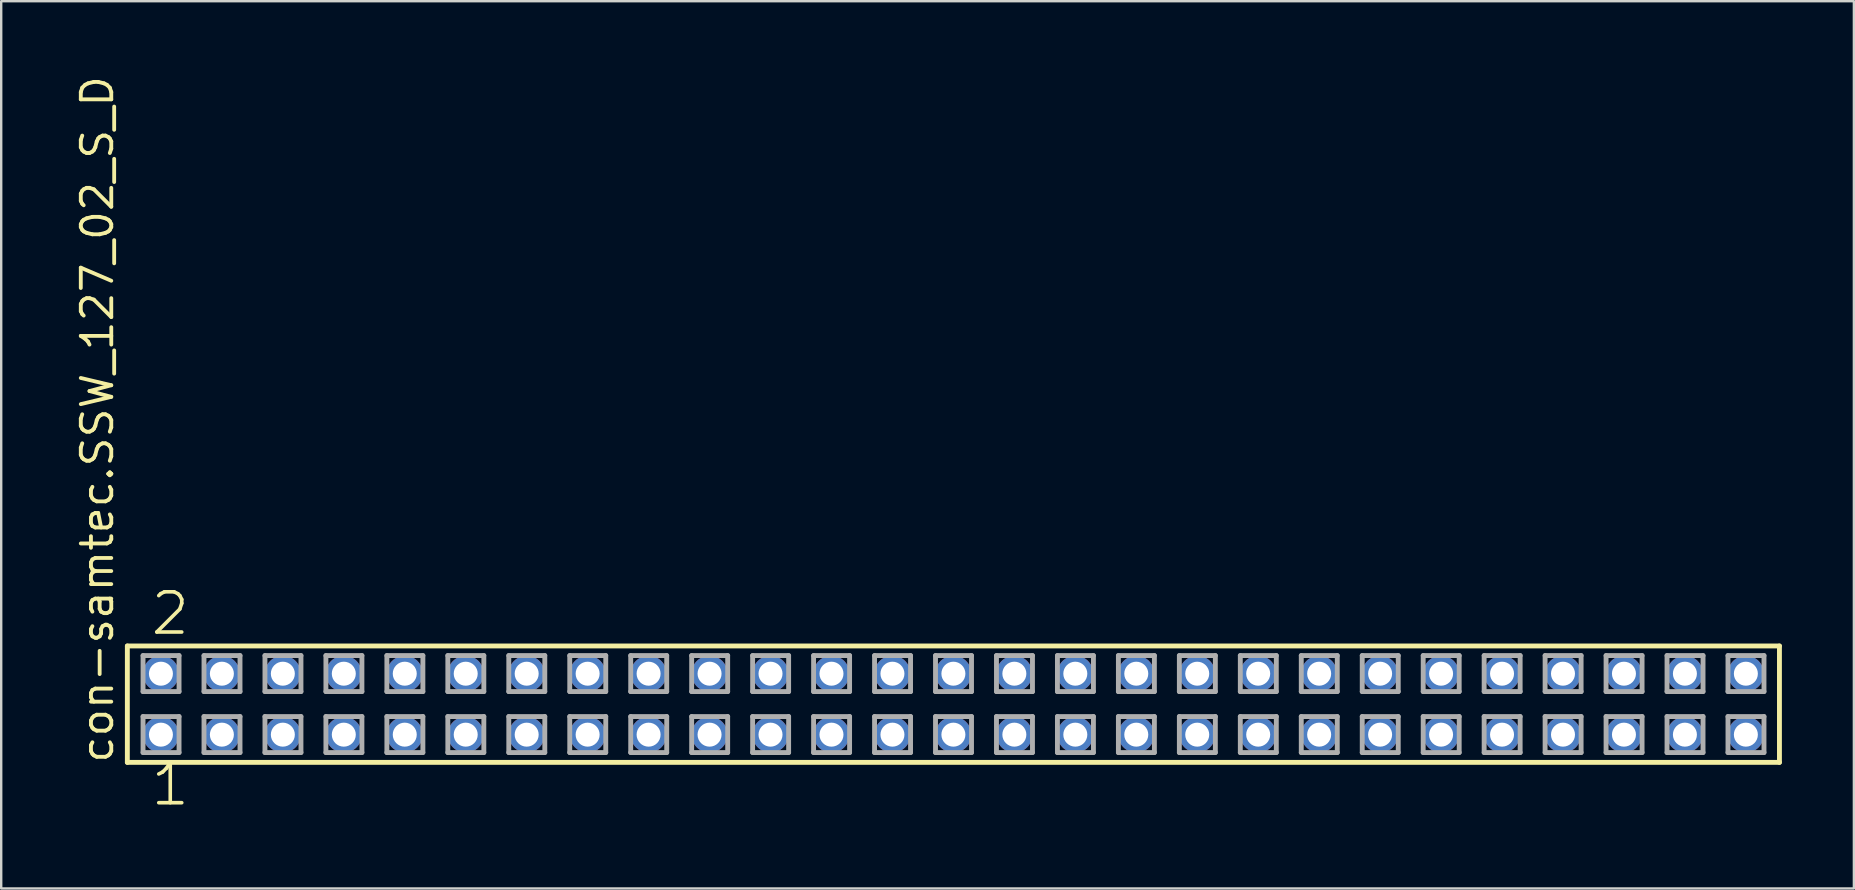
<source format=kicad_pcb>
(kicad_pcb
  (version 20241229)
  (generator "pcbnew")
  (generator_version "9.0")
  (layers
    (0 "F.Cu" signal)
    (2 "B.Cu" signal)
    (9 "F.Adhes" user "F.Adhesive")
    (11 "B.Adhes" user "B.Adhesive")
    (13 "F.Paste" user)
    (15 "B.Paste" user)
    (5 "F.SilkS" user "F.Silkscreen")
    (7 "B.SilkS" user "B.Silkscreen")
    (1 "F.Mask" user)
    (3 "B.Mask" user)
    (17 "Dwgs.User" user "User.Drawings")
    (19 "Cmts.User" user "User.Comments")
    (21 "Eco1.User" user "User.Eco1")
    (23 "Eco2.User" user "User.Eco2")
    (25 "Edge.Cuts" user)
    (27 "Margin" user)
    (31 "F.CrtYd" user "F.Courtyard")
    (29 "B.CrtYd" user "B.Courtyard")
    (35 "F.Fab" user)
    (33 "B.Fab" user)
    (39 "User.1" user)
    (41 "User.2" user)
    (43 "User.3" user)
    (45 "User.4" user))
  (footprint "con-samtec.SSW_127_02_S_D"
    (layer "F.Cu")
    (at 36.675 26.291)
    (property "Reference" "con-samtec.SSW_127_02_S_D" (at -34.925 2.54 90) (layer "F.SilkS") (effects (font (size 1.27 1.27) (thickness 0.16)) (justify left bottom)))
    (attr through_hole)
    (fp_line (start -34.419 -2.425) (end 34.419 -2.425) (stroke (width 0.203) (type default)) (layer "F.SilkS"))
    (fp_line (start -34.419 2.425) (end -34.419 -2.425) (stroke (width 0.203) (type default)) (layer "F.SilkS"))
    (fp_line (start 34.419 -2.425) (end 34.419 2.425) (stroke (width 0.203) (type default)) (layer "F.SilkS"))
    (fp_line (start 34.419 2.425) (end -34.419 2.425) (stroke (width 0.203) (type default)) (layer "F.SilkS"))
    (fp_line (start -33.765 -2.025) (end -32.265 -2.025) (stroke (width 0.203) (type default)) (layer "F.Fab"))
    (fp_line (start -33.765 -0.525) (end -33.765 -2.025) (stroke (width 0.203) (type default)) (layer "F.Fab"))
    (fp_line (start -33.765 0.515) (end -32.265 0.515) (stroke (width 0.203) (type default)) (layer "F.Fab"))
    (fp_line (start -33.765 2.015) (end -33.765 0.515) (stroke (width 0.203) (type default)) (layer "F.Fab"))
    (fp_line (start -32.265 -2.025) (end -32.265 -0.525) (stroke (width 0.203) (type default)) (layer "F.Fab"))
    (fp_line (start -32.265 -0.525) (end -33.765 -0.525) (stroke (width 0.203) (type default)) (layer "F.Fab"))
    (fp_line (start -32.265 0.515) (end -32.265 2.015) (stroke (width 0.203) (type default)) (layer "F.Fab"))
    (fp_line (start -32.265 2.015) (end -33.765 2.015) (stroke (width 0.203) (type default)) (layer "F.Fab"))
    (fp_line (start -31.225 -2.025) (end -29.725 -2.025) (stroke (width 0.203) (type default)) (layer "F.Fab"))
    (fp_line (start -31.225 -0.525) (end -31.225 -2.025) (stroke (width 0.203) (type default)) (layer "F.Fab"))
    (fp_line (start -31.225 0.515) (end -29.725 0.515) (stroke (width 0.203) (type default)) (layer "F.Fab"))
    (fp_line (start -31.225 2.015) (end -31.225 0.515) (stroke (width 0.203) (type default)) (layer "F.Fab"))
    (fp_line (start -29.725 -2.025) (end -29.725 -0.525) (stroke (width 0.203) (type default)) (layer "F.Fab"))
    (fp_line (start -29.725 -0.525) (end -31.225 -0.525) (stroke (width 0.203) (type default)) (layer "F.Fab"))
    (fp_line (start -29.725 0.515) (end -29.725 2.015) (stroke (width 0.203) (type default)) (layer "F.Fab"))
    (fp_line (start -29.725 2.015) (end -31.225 2.015) (stroke (width 0.203) (type default)) (layer "F.Fab"))
    (fp_line (start -28.685 -2.025) (end -27.185 -2.025) (stroke (width 0.203) (type default)) (layer "F.Fab"))
    (fp_line (start -28.685 -0.525) (end -28.685 -2.025) (stroke (width 0.203) (type default)) (layer "F.Fab"))
    (fp_line (start -28.685 0.515) (end -27.185 0.515) (stroke (width 0.203) (type default)) (layer "F.Fab"))
    (fp_line (start -28.685 2.015) (end -28.685 0.515) (stroke (width 0.203) (type default)) (layer "F.Fab"))
    (fp_line (start -27.185 -2.025) (end -27.185 -0.525) (stroke (width 0.203) (type default)) (layer "F.Fab"))
    (fp_line (start -27.185 -0.525) (end -28.685 -0.525) (stroke (width 0.203) (type default)) (layer "F.Fab"))
    (fp_line (start -27.185 0.515) (end -27.185 2.015) (stroke (width 0.203) (type default)) (layer "F.Fab"))
    (fp_line (start -27.185 2.015) (end -28.685 2.015) (stroke (width 0.203) (type default)) (layer "F.Fab"))
    (fp_line (start -26.145 -2.025) (end -24.645 -2.025) (stroke (width 0.203) (type default)) (layer "F.Fab"))
    (fp_line (start -26.145 -0.525) (end -26.145 -2.025) (stroke (width 0.203) (type default)) (layer "F.Fab"))
    (fp_line (start -26.145 0.515) (end -24.645 0.515) (stroke (width 0.203) (type default)) (layer "F.Fab"))
    (fp_line (start -26.145 2.015) (end -26.145 0.515) (stroke (width 0.203) (type default)) (layer "F.Fab"))
    (fp_line (start -24.645 -2.025) (end -24.645 -0.525) (stroke (width 0.203) (type default)) (layer "F.Fab"))
    (fp_line (start -24.645 -0.525) (end -26.145 -0.525) (stroke (width 0.203) (type default)) (layer "F.Fab"))
    (fp_line (start -24.645 0.515) (end -24.645 2.015) (stroke (width 0.203) (type default)) (layer "F.Fab"))
    (fp_line (start -24.645 2.015) (end -26.145 2.015) (stroke (width 0.203) (type default)) (layer "F.Fab"))
    (fp_line (start -23.605 -2.025) (end -22.105 -2.025) (stroke (width 0.203) (type default)) (layer "F.Fab"))
    (fp_line (start -23.605 -0.525) (end -23.605 -2.025) (stroke (width 0.203) (type default)) (layer "F.Fab"))
    (fp_line (start -23.605 0.515) (end -22.105 0.515) (stroke (width 0.203) (type default)) (layer "F.Fab"))
    (fp_line (start -23.605 2.015) (end -23.605 0.515) (stroke (width 0.203) (type default)) (layer "F.Fab"))
    (fp_line (start -22.105 -2.025) (end -22.105 -0.525) (stroke (width 0.203) (type default)) (layer "F.Fab"))
    (fp_line (start -22.105 -0.525) (end -23.605 -0.525) (stroke (width 0.203) (type default)) (layer "F.Fab"))
    (fp_line (start -22.105 0.515) (end -22.105 2.015) (stroke (width 0.203) (type default)) (layer "F.Fab"))
    (fp_line (start -22.105 2.015) (end -23.605 2.015) (stroke (width 0.203) (type default)) (layer "F.Fab"))
    (fp_line (start -21.065 -2.025) (end -19.565 -2.025) (stroke (width 0.203) (type default)) (layer "F.Fab"))
    (fp_line (start -21.065 -0.525) (end -21.065 -2.025) (stroke (width 0.203) (type default)) (layer "F.Fab"))
    (fp_line (start -21.065 0.515) (end -19.565 0.515) (stroke (width 0.203) (type default)) (layer "F.Fab"))
    (fp_line (start -21.065 2.015) (end -21.065 0.515) (stroke (width 0.203) (type default)) (layer "F.Fab"))
    (fp_line (start -19.565 -2.025) (end -19.565 -0.525) (stroke (width 0.203) (type default)) (layer "F.Fab"))
    (fp_line (start -19.565 -0.525) (end -21.065 -0.525) (stroke (width 0.203) (type default)) (layer "F.Fab"))
    (fp_line (start -19.565 0.515) (end -19.565 2.015) (stroke (width 0.203) (type default)) (layer "F.Fab"))
    (fp_line (start -19.565 2.015) (end -21.065 2.015) (stroke (width 0.203) (type default)) (layer "F.Fab"))
    (fp_line (start -18.525 -2.025) (end -17.025 -2.025) (stroke (width 0.203) (type default)) (layer "F.Fab"))
    (fp_line (start -18.525 -0.525) (end -18.525 -2.025) (stroke (width 0.203) (type default)) (layer "F.Fab"))
    (fp_line (start -18.525 0.515) (end -17.025 0.515) (stroke (width 0.203) (type default)) (layer "F.Fab"))
    (fp_line (start -18.525 2.015) (end -18.525 0.515) (stroke (width 0.203) (type default)) (layer "F.Fab"))
    (fp_line (start -17.025 -2.025) (end -17.025 -0.525) (stroke (width 0.203) (type default)) (layer "F.Fab"))
    (fp_line (start -17.025 -0.525) (end -18.525 -0.525) (stroke (width 0.203) (type default)) (layer "F.Fab"))
    (fp_line (start -17.025 0.515) (end -17.025 2.015) (stroke (width 0.203) (type default)) (layer "F.Fab"))
    (fp_line (start -17.025 2.015) (end -18.525 2.015) (stroke (width 0.203) (type default)) (layer "F.Fab"))
    (fp_line (start -15.985 -2.025) (end -14.485 -2.025) (stroke (width 0.203) (type default)) (layer "F.Fab"))
    (fp_line (start -15.985 -0.525) (end -15.985 -2.025) (stroke (width 0.203) (type default)) (layer "F.Fab"))
    (fp_line (start -15.985 0.515) (end -14.485 0.515) (stroke (width 0.203) (type default)) (layer "F.Fab"))
    (fp_line (start -15.985 2.015) (end -15.985 0.515) (stroke (width 0.203) (type default)) (layer "F.Fab"))
    (fp_line (start -14.485 -2.025) (end -14.485 -0.525) (stroke (width 0.203) (type default)) (layer "F.Fab"))
    (fp_line (start -14.485 -0.525) (end -15.985 -0.525) (stroke (width 0.203) (type default)) (layer "F.Fab"))
    (fp_line (start -14.485 0.515) (end -14.485 2.015) (stroke (width 0.203) (type default)) (layer "F.Fab"))
    (fp_line (start -14.485 2.015) (end -15.985 2.015) (stroke (width 0.203) (type default)) (layer "F.Fab"))
    (fp_line (start -13.445 -2.025) (end -11.945 -2.025) (stroke (width 0.203) (type default)) (layer "F.Fab"))
    (fp_line (start -13.445 -0.525) (end -13.445 -2.025) (stroke (width 0.203) (type default)) (layer "F.Fab"))
    (fp_line (start -13.445 0.515) (end -11.945 0.515) (stroke (width 0.203) (type default)) (layer "F.Fab"))
    (fp_line (start -13.445 2.015) (end -13.445 0.515) (stroke (width 0.203) (type default)) (layer "F.Fab"))
    (fp_line (start -11.945 -2.025) (end -11.945 -0.525) (stroke (width 0.203) (type default)) (layer "F.Fab"))
    (fp_line (start -11.945 -0.525) (end -13.445 -0.525) (stroke (width 0.203) (type default)) (layer "F.Fab"))
    (fp_line (start -11.945 0.515) (end -11.945 2.015) (stroke (width 0.203) (type default)) (layer "F.Fab"))
    (fp_line (start -11.945 2.015) (end -13.445 2.015) (stroke (width 0.203) (type default)) (layer "F.Fab"))
    (fp_line (start -10.905 -2.025) (end -9.405 -2.025) (stroke (width 0.203) (type default)) (layer "F.Fab"))
    (fp_line (start -10.905 -0.525) (end -10.905 -2.025) (stroke (width 0.203) (type default)) (layer "F.Fab"))
    (fp_line (start -10.905 0.515) (end -9.405 0.515) (stroke (width 0.203) (type default)) (layer "F.Fab"))
    (fp_line (start -10.905 2.015) (end -10.905 0.515) (stroke (width 0.203) (type default)) (layer "F.Fab"))
    (fp_line (start -9.405 -2.025) (end -9.405 -0.525) (stroke (width 0.203) (type default)) (layer "F.Fab"))
    (fp_line (start -9.405 -0.525) (end -10.905 -0.525) (stroke (width 0.203) (type default)) (layer "F.Fab"))
    (fp_line (start -9.405 0.515) (end -9.405 2.015) (stroke (width 0.203) (type default)) (layer "F.Fab"))
    (fp_line (start -9.405 2.015) (end -10.905 2.015) (stroke (width 0.203) (type default)) (layer "F.Fab"))
    (fp_line (start -8.365 -2.025) (end -6.865 -2.025) (stroke (width 0.203) (type default)) (layer "F.Fab"))
    (fp_line (start -8.365 -0.525) (end -8.365 -2.025) (stroke (width 0.203) (type default)) (layer "F.Fab"))
    (fp_line (start -8.365 0.515) (end -6.865 0.515) (stroke (width 0.203) (type default)) (layer "F.Fab"))
    (fp_line (start -8.365 2.015) (end -8.365 0.515) (stroke (width 0.203) (type default)) (layer "F.Fab"))
    (fp_line (start -6.865 -2.025) (end -6.865 -0.525) (stroke (width 0.203) (type default)) (layer "F.Fab"))
    (fp_line (start -6.865 -0.525) (end -8.365 -0.525) (stroke (width 0.203) (type default)) (layer "F.Fab"))
    (fp_line (start -6.865 0.515) (end -6.865 2.015) (stroke (width 0.203) (type default)) (layer "F.Fab"))
    (fp_line (start -6.865 2.015) (end -8.365 2.015) (stroke (width 0.203) (type default)) (layer "F.Fab"))
    (fp_line (start -5.825 -2.025) (end -4.325 -2.025) (stroke (width 0.203) (type default)) (layer "F.Fab"))
    (fp_line (start -5.825 -0.525) (end -5.825 -2.025) (stroke (width 0.203) (type default)) (layer "F.Fab"))
    (fp_line (start -5.825 0.515) (end -4.325 0.515) (stroke (width 0.203) (type default)) (layer "F.Fab"))
    (fp_line (start -5.825 2.015) (end -5.825 0.515) (stroke (width 0.203) (type default)) (layer "F.Fab"))
    (fp_line (start -4.325 -2.025) (end -4.325 -0.525) (stroke (width 0.203) (type default)) (layer "F.Fab"))
    (fp_line (start -4.325 -0.525) (end -5.825 -0.525) (stroke (width 0.203) (type default)) (layer "F.Fab"))
    (fp_line (start -4.325 0.515) (end -4.325 2.015) (stroke (width 0.203) (type default)) (layer "F.Fab"))
    (fp_line (start -4.325 2.015) (end -5.825 2.015) (stroke (width 0.203) (type default)) (layer "F.Fab"))
    (fp_line (start -3.285 -2.025) (end -1.785 -2.025) (stroke (width 0.203) (type default)) (layer "F.Fab"))
    (fp_line (start -3.285 -0.525) (end -3.285 -2.025) (stroke (width 0.203) (type default)) (layer "F.Fab"))
    (fp_line (start -3.285 0.515) (end -1.785 0.515) (stroke (width 0.203) (type default)) (layer "F.Fab"))
    (fp_line (start -3.285 2.015) (end -3.285 0.515) (stroke (width 0.203) (type default)) (layer "F.Fab"))
    (fp_line (start -1.785 -2.025) (end -1.785 -0.525) (stroke (width 0.203) (type default)) (layer "F.Fab"))
    (fp_line (start -1.785 -0.525) (end -3.285 -0.525) (stroke (width 0.203) (type default)) (layer "F.Fab"))
    (fp_line (start -1.785 0.515) (end -1.785 2.015) (stroke (width 0.203) (type default)) (layer "F.Fab"))
    (fp_line (start -1.785 2.015) (end -3.285 2.015) (stroke (width 0.203) (type default)) (layer "F.Fab"))
    (fp_line (start -0.745 -2.025) (end 0.755 -2.025) (stroke (width 0.203) (type default)) (layer "F.Fab"))
    (fp_line (start -0.745 -0.525) (end -0.745 -2.025) (stroke (width 0.203) (type default)) (layer "F.Fab"))
    (fp_line (start -0.745 0.515) (end 0.755 0.515) (stroke (width 0.203) (type default)) (layer "F.Fab"))
    (fp_line (start -0.745 2.015) (end -0.745 0.515) (stroke (width 0.203) (type default)) (layer "F.Fab"))
    (fp_line (start 0.755 -2.025) (end 0.755 -0.525) (stroke (width 0.203) (type default)) (layer "F.Fab"))
    (fp_line (start 0.755 -0.525) (end -0.745 -0.525) (stroke (width 0.203) (type default)) (layer "F.Fab"))
    (fp_line (start 0.755 0.515) (end 0.755 2.015) (stroke (width 0.203) (type default)) (layer "F.Fab"))
    (fp_line (start 0.755 2.015) (end -0.745 2.015) (stroke (width 0.203) (type default)) (layer "F.Fab"))
    (fp_line (start 1.795 -2.025) (end 3.295 -2.025) (stroke (width 0.203) (type default)) (layer "F.Fab"))
    (fp_line (start 1.795 -0.525) (end 1.795 -2.025) (stroke (width 0.203) (type default)) (layer "F.Fab"))
    (fp_line (start 1.795 0.515) (end 3.295 0.515) (stroke (width 0.203) (type default)) (layer "F.Fab"))
    (fp_line (start 1.795 2.015) (end 1.795 0.515) (stroke (width 0.203) (type default)) (layer "F.Fab"))
    (fp_line (start 3.295 -2.025) (end 3.295 -0.525) (stroke (width 0.203) (type default)) (layer "F.Fab"))
    (fp_line (start 3.295 -0.525) (end 1.795 -0.525) (stroke (width 0.203) (type default)) (layer "F.Fab"))
    (fp_line (start 3.295 0.515) (end 3.295 2.015) (stroke (width 0.203) (type default)) (layer "F.Fab"))
    (fp_line (start 3.295 2.015) (end 1.795 2.015) (stroke (width 0.203) (type default)) (layer "F.Fab"))
    (fp_line (start 4.335 -2.025) (end 5.835 -2.025) (stroke (width 0.203) (type default)) (layer "F.Fab"))
    (fp_line (start 4.335 -0.525) (end 4.335 -2.025) (stroke (width 0.203) (type default)) (layer "F.Fab"))
    (fp_line (start 4.335 0.515) (end 5.835 0.515) (stroke (width 0.203) (type default)) (layer "F.Fab"))
    (fp_line (start 4.335 2.015) (end 4.335 0.515) (stroke (width 0.203) (type default)) (layer "F.Fab"))
    (fp_line (start 5.835 -2.025) (end 5.835 -0.525) (stroke (width 0.203) (type default)) (layer "F.Fab"))
    (fp_line (start 5.835 -0.525) (end 4.335 -0.525) (stroke (width 0.203) (type default)) (layer "F.Fab"))
    (fp_line (start 5.835 0.515) (end 5.835 2.015) (stroke (width 0.203) (type default)) (layer "F.Fab"))
    (fp_line (start 5.835 2.015) (end 4.335 2.015) (stroke (width 0.203) (type default)) (layer "F.Fab"))
    (fp_line (start 6.875 -2.025) (end 8.375 -2.025) (stroke (width 0.203) (type default)) (layer "F.Fab"))
    (fp_line (start 6.875 -0.525) (end 6.875 -2.025) (stroke (width 0.203) (type default)) (layer "F.Fab"))
    (fp_line (start 6.875 0.515) (end 8.375 0.515) (stroke (width 0.203) (type default)) (layer "F.Fab"))
    (fp_line (start 6.875 2.015) (end 6.875 0.515) (stroke (width 0.203) (type default)) (layer "F.Fab"))
    (fp_line (start 8.375 -2.025) (end 8.375 -0.525) (stroke (width 0.203) (type default)) (layer "F.Fab"))
    (fp_line (start 8.375 -0.525) (end 6.875 -0.525) (stroke (width 0.203) (type default)) (layer "F.Fab"))
    (fp_line (start 8.375 0.515) (end 8.375 2.015) (stroke (width 0.203) (type default)) (layer "F.Fab"))
    (fp_line (start 8.375 2.015) (end 6.875 2.015) (stroke (width 0.203) (type default)) (layer "F.Fab"))
    (fp_line (start 9.415 -2.025) (end 10.915 -2.025) (stroke (width 0.203) (type default)) (layer "F.Fab"))
    (fp_line (start 9.415 -0.525) (end 9.415 -2.025) (stroke (width 0.203) (type default)) (layer "F.Fab"))
    (fp_line (start 9.415 0.515) (end 10.915 0.515) (stroke (width 0.203) (type default)) (layer "F.Fab"))
    (fp_line (start 9.415 2.015) (end 9.415 0.515) (stroke (width 0.203) (type default)) (layer "F.Fab"))
    (fp_line (start 10.915 -2.025) (end 10.915 -0.525) (stroke (width 0.203) (type default)) (layer "F.Fab"))
    (fp_line (start 10.915 -0.525) (end 9.415 -0.525) (stroke (width 0.203) (type default)) (layer "F.Fab"))
    (fp_line (start 10.915 0.515) (end 10.915 2.015) (stroke (width 0.203) (type default)) (layer "F.Fab"))
    (fp_line (start 10.915 2.015) (end 9.415 2.015) (stroke (width 0.203) (type default)) (layer "F.Fab"))
    (fp_line (start 11.955 -2.025) (end 13.455 -2.025) (stroke (width 0.203) (type default)) (layer "F.Fab"))
    (fp_line (start 11.955 -0.525) (end 11.955 -2.025) (stroke (width 0.203) (type default)) (layer "F.Fab"))
    (fp_line (start 11.955 0.515) (end 13.455 0.515) (stroke (width 0.203) (type default)) (layer "F.Fab"))
    (fp_line (start 11.955 2.015) (end 11.955 0.515) (stroke (width 0.203) (type default)) (layer "F.Fab"))
    (fp_line (start 13.455 -2.025) (end 13.455 -0.525) (stroke (width 0.203) (type default)) (layer "F.Fab"))
    (fp_line (start 13.455 -0.525) (end 11.955 -0.525) (stroke (width 0.203) (type default)) (layer "F.Fab"))
    (fp_line (start 13.455 0.515) (end 13.455 2.015) (stroke (width 0.203) (type default)) (layer "F.Fab"))
    (fp_line (start 13.455 2.015) (end 11.955 2.015) (stroke (width 0.203) (type default)) (layer "F.Fab"))
    (fp_line (start 14.495 -2.025) (end 15.995 -2.025) (stroke (width 0.203) (type default)) (layer "F.Fab"))
    (fp_line (start 14.495 -0.525) (end 14.495 -2.025) (stroke (width 0.203) (type default)) (layer "F.Fab"))
    (fp_line (start 14.495 0.515) (end 15.995 0.515) (stroke (width 0.203) (type default)) (layer "F.Fab"))
    (fp_line (start 14.495 2.015) (end 14.495 0.515) (stroke (width 0.203) (type default)) (layer "F.Fab"))
    (fp_line (start 15.995 -2.025) (end 15.995 -0.525) (stroke (width 0.203) (type default)) (layer "F.Fab"))
    (fp_line (start 15.995 -0.525) (end 14.495 -0.525) (stroke (width 0.203) (type default)) (layer "F.Fab"))
    (fp_line (start 15.995 0.515) (end 15.995 2.015) (stroke (width 0.203) (type default)) (layer "F.Fab"))
    (fp_line (start 15.995 2.015) (end 14.495 2.015) (stroke (width 0.203) (type default)) (layer "F.Fab"))
    (fp_line (start 17.035 -2.025) (end 18.535 -2.025) (stroke (width 0.203) (type default)) (layer "F.Fab"))
    (fp_line (start 17.035 -0.525) (end 17.035 -2.025) (stroke (width 0.203) (type default)) (layer "F.Fab"))
    (fp_line (start 17.035 0.515) (end 18.535 0.515) (stroke (width 0.203) (type default)) (layer "F.Fab"))
    (fp_line (start 17.035 2.015) (end 17.035 0.515) (stroke (width 0.203) (type default)) (layer "F.Fab"))
    (fp_line (start 18.535 -2.025) (end 18.535 -0.525) (stroke (width 0.203) (type default)) (layer "F.Fab"))
    (fp_line (start 18.535 -0.525) (end 17.035 -0.525) (stroke (width 0.203) (type default)) (layer "F.Fab"))
    (fp_line (start 18.535 0.515) (end 18.535 2.015) (stroke (width 0.203) (type default)) (layer "F.Fab"))
    (fp_line (start 18.535 2.015) (end 17.035 2.015) (stroke (width 0.203) (type default)) (layer "F.Fab"))
    (fp_line (start 19.575 -2.025) (end 21.075 -2.025) (stroke (width 0.203) (type default)) (layer "F.Fab"))
    (fp_line (start 19.575 -0.525) (end 19.575 -2.025) (stroke (width 0.203) (type default)) (layer "F.Fab"))
    (fp_line (start 19.575 0.515) (end 21.075 0.515) (stroke (width 0.203) (type default)) (layer "F.Fab"))
    (fp_line (start 19.575 2.015) (end 19.575 0.515) (stroke (width 0.203) (type default)) (layer "F.Fab"))
    (fp_line (start 21.075 -2.025) (end 21.075 -0.525) (stroke (width 0.203) (type default)) (layer "F.Fab"))
    (fp_line (start 21.075 -0.525) (end 19.575 -0.525) (stroke (width 0.203) (type default)) (layer "F.Fab"))
    (fp_line (start 21.075 0.515) (end 21.075 2.015) (stroke (width 0.203) (type default)) (layer "F.Fab"))
    (fp_line (start 21.075 2.015) (end 19.575 2.015) (stroke (width 0.203) (type default)) (layer "F.Fab"))
    (fp_line (start 22.115 -2.025) (end 23.615 -2.025) (stroke (width 0.203) (type default)) (layer "F.Fab"))
    (fp_line (start 22.115 -0.525) (end 22.115 -2.025) (stroke (width 0.203) (type default)) (layer "F.Fab"))
    (fp_line (start 22.115 0.515) (end 23.615 0.515) (stroke (width 0.203) (type default)) (layer "F.Fab"))
    (fp_line (start 22.115 2.015) (end 22.115 0.515) (stroke (width 0.203) (type default)) (layer "F.Fab"))
    (fp_line (start 23.615 -2.025) (end 23.615 -0.525) (stroke (width 0.203) (type default)) (layer "F.Fab"))
    (fp_line (start 23.615 -0.525) (end 22.115 -0.525) (stroke (width 0.203) (type default)) (layer "F.Fab"))
    (fp_line (start 23.615 0.515) (end 23.615 2.015) (stroke (width 0.203) (type default)) (layer "F.Fab"))
    (fp_line (start 23.615 2.015) (end 22.115 2.015) (stroke (width 0.203) (type default)) (layer "F.Fab"))
    (fp_line (start 24.655 -2.025) (end 26.155 -2.025) (stroke (width 0.203) (type default)) (layer "F.Fab"))
    (fp_line (start 24.655 -0.525) (end 24.655 -2.025) (stroke (width 0.203) (type default)) (layer "F.Fab"))
    (fp_line (start 24.655 0.515) (end 26.155 0.515) (stroke (width 0.203) (type default)) (layer "F.Fab"))
    (fp_line (start 24.655 2.015) (end 24.655 0.515) (stroke (width 0.203) (type default)) (layer "F.Fab"))
    (fp_line (start 26.155 -2.025) (end 26.155 -0.525) (stroke (width 0.203) (type default)) (layer "F.Fab"))
    (fp_line (start 26.155 -0.525) (end 24.655 -0.525) (stroke (width 0.203) (type default)) (layer "F.Fab"))
    (fp_line (start 26.155 0.515) (end 26.155 2.015) (stroke (width 0.203) (type default)) (layer "F.Fab"))
    (fp_line (start 26.155 2.015) (end 24.655 2.015) (stroke (width 0.203) (type default)) (layer "F.Fab"))
    (fp_line (start 27.195 -2.025) (end 28.695 -2.025) (stroke (width 0.203) (type default)) (layer "F.Fab"))
    (fp_line (start 27.195 -0.525) (end 27.195 -2.025) (stroke (width 0.203) (type default)) (layer "F.Fab"))
    (fp_line (start 27.195 0.515) (end 28.695 0.515) (stroke (width 0.203) (type default)) (layer "F.Fab"))
    (fp_line (start 27.195 2.015) (end 27.195 0.515) (stroke (width 0.203) (type default)) (layer "F.Fab"))
    (fp_line (start 28.695 -2.025) (end 28.695 -0.525) (stroke (width 0.203) (type default)) (layer "F.Fab"))
    (fp_line (start 28.695 -0.525) (end 27.195 -0.525) (stroke (width 0.203) (type default)) (layer "F.Fab"))
    (fp_line (start 28.695 0.515) (end 28.695 2.015) (stroke (width 0.203) (type default)) (layer "F.Fab"))
    (fp_line (start 28.695 2.015) (end 27.195 2.015) (stroke (width 0.203) (type default)) (layer "F.Fab"))
    (fp_line (start 29.735 -2.025) (end 31.235 -2.025) (stroke (width 0.203) (type default)) (layer "F.Fab"))
    (fp_line (start 29.735 -0.525) (end 29.735 -2.025) (stroke (width 0.203) (type default)) (layer "F.Fab"))
    (fp_line (start 29.735 0.515) (end 31.235 0.515) (stroke (width 0.203) (type default)) (layer "F.Fab"))
    (fp_line (start 29.735 2.015) (end 29.735 0.515) (stroke (width 0.203) (type default)) (layer "F.Fab"))
    (fp_line (start 31.235 -2.025) (end 31.235 -0.525) (stroke (width 0.203) (type default)) (layer "F.Fab"))
    (fp_line (start 31.235 -0.525) (end 29.735 -0.525) (stroke (width 0.203) (type default)) (layer "F.Fab"))
    (fp_line (start 31.235 0.515) (end 31.235 2.015) (stroke (width 0.203) (type default)) (layer "F.Fab"))
    (fp_line (start 31.235 2.015) (end 29.735 2.015) (stroke (width 0.203) (type default)) (layer "F.Fab"))
    (fp_line (start 32.275 -2.025) (end 33.775 -2.025) (stroke (width 0.203) (type default)) (layer "F.Fab"))
    (fp_line (start 32.275 -0.525) (end 32.275 -2.025) (stroke (width 0.203) (type default)) (layer "F.Fab"))
    (fp_line (start 32.275 0.515) (end 33.775 0.515) (stroke (width 0.203) (type default)) (layer "F.Fab"))
    (fp_line (start 32.275 2.015) (end 32.275 0.515) (stroke (width 0.203) (type default)) (layer "F.Fab"))
    (fp_line (start 33.775 -2.025) (end 33.775 -0.525) (stroke (width 0.203) (type default)) (layer "F.Fab"))
    (fp_line (start 33.775 -0.525) (end 32.275 -0.525) (stroke (width 0.203) (type default)) (layer "F.Fab"))
    (fp_line (start 33.775 0.515) (end 33.775 2.015) (stroke (width 0.203) (type default)) (layer "F.Fab"))
    (fp_line (start 33.775 2.015) (end 32.275 2.015) (stroke (width 0.203) (type default)) (layer "F.Fab"))
    (fp_text user "1" (at -33.528 4.318 0) (layer "F.SilkS") (effects (font (size 1.676 1.676) (thickness 0.15)) (justify left bottom)))
    (fp_text user "2" (at -33.528 -2.794 0) (layer "F.SilkS") (effects (font (size 1.676 1.676) (thickness 0.15)) (justify left bottom)))
    (pad "1" thru_hole circle (at -33.02 1.27) (size 1.5 1.5) (drill 1) (layers "*.Cu" "*.Mask"))
    (pad "2" thru_hole circle (at -33.02 -1.27) (size 1.5 1.5) (drill 1) (layers "*.Cu" "*.Mask"))
    (pad "3" thru_hole circle (at -30.48 1.27) (size 1.5 1.5) (drill 1) (layers "*.Cu" "*.Mask"))
    (pad "4" thru_hole circle (at -30.48 -1.27) (size 1.5 1.5) (drill 1) (layers "*.Cu" "*.Mask"))
    (pad "5" thru_hole circle (at -27.94 1.27) (size 1.5 1.5) (drill 1) (layers "*.Cu" "*.Mask"))
    (pad "6" thru_hole circle (at -27.94 -1.27) (size 1.5 1.5) (drill 1) (layers "*.Cu" "*.Mask"))
    (pad "7" thru_hole circle (at -25.4 1.27) (size 1.5 1.5) (drill 1) (layers "*.Cu" "*.Mask"))
    (pad "8" thru_hole circle (at -25.4 -1.27) (size 1.5 1.5) (drill 1) (layers "*.Cu" "*.Mask"))
    (pad "9" thru_hole circle (at -22.86 1.27) (size 1.5 1.5) (drill 1) (layers "*.Cu" "*.Mask"))
    (pad "10" thru_hole circle (at -22.86 -1.27) (size 1.5 1.5) (drill 1) (layers "*.Cu" "*.Mask"))
    (pad "11" thru_hole circle (at -20.32 1.27) (size 1.5 1.5) (drill 1) (layers "*.Cu" "*.Mask"))
    (pad "12" thru_hole circle (at -20.32 -1.27) (size 1.5 1.5) (drill 1) (layers "*.Cu" "*.Mask"))
    (pad "13" thru_hole circle (at -17.78 1.27) (size 1.5 1.5) (drill 1) (layers "*.Cu" "*.Mask"))
    (pad "14" thru_hole circle (at -17.78 -1.27) (size 1.5 1.5) (drill 1) (layers "*.Cu" "*.Mask"))
    (pad "15" thru_hole circle (at -15.24 1.27) (size 1.5 1.5) (drill 1) (layers "*.Cu" "*.Mask"))
    (pad "16" thru_hole circle (at -15.24 -1.27) (size 1.5 1.5) (drill 1) (layers "*.Cu" "*.Mask"))
    (pad "17" thru_hole circle (at -12.7 1.27) (size 1.5 1.5) (drill 1) (layers "*.Cu" "*.Mask"))
    (pad "18" thru_hole circle (at -12.7 -1.27) (size 1.5 1.5) (drill 1) (layers "*.Cu" "*.Mask"))
    (pad "19" thru_hole circle (at -10.16 1.27) (size 1.5 1.5) (drill 1) (layers "*.Cu" "*.Mask"))
    (pad "20" thru_hole circle (at -10.16 -1.27) (size 1.5 1.5) (drill 1) (layers "*.Cu" "*.Mask"))
    (pad "21" thru_hole circle (at -7.62 1.27) (size 1.5 1.5) (drill 1) (layers "*.Cu" "*.Mask"))
    (pad "22" thru_hole circle (at -7.62 -1.27) (size 1.5 1.5) (drill 1) (layers "*.Cu" "*.Mask"))
    (pad "23" thru_hole circle (at -5.08 1.27) (size 1.5 1.5) (drill 1) (layers "*.Cu" "*.Mask"))
    (pad "24" thru_hole circle (at -5.08 -1.27) (size 1.5 1.5) (drill 1) (layers "*.Cu" "*.Mask"))
    (pad "25" thru_hole circle (at -2.54 1.27) (size 1.5 1.5) (drill 1) (layers "*.Cu" "*.Mask"))
    (pad "26" thru_hole circle (at -2.54 -1.27) (size 1.5 1.5) (drill 1) (layers "*.Cu" "*.Mask"))
    (pad "27" thru_hole circle (at 0 1.27) (size 1.5 1.5) (drill 1) (layers "*.Cu" "*.Mask"))
    (pad "28" thru_hole circle (at 0 -1.27) (size 1.5 1.5) (drill 1) (layers "*.Cu" "*.Mask"))
    (pad "29" thru_hole circle (at 2.54 1.27) (size 1.5 1.5) (drill 1) (layers "*.Cu" "*.Mask"))
    (pad "30" thru_hole circle (at 2.54 -1.27) (size 1.5 1.5) (drill 1) (layers "*.Cu" "*.Mask"))
    (pad "31" thru_hole circle (at 5.08 1.27) (size 1.5 1.5) (drill 1) (layers "*.Cu" "*.Mask"))
    (pad "32" thru_hole circle (at 5.08 -1.27) (size 1.5 1.5) (drill 1) (layers "*.Cu" "*.Mask"))
    (pad "33" thru_hole circle (at 7.62 1.27) (size 1.5 1.5) (drill 1) (layers "*.Cu" "*.Mask"))
    (pad "34" thru_hole circle (at 7.62 -1.27) (size 1.5 1.5) (drill 1) (layers "*.Cu" "*.Mask"))
    (pad "35" thru_hole circle (at 10.16 1.27) (size 1.5 1.5) (drill 1) (layers "*.Cu" "*.Mask"))
    (pad "36" thru_hole circle (at 10.16 -1.27) (size 1.5 1.5) (drill 1) (layers "*.Cu" "*.Mask"))
    (pad "37" thru_hole circle (at 12.7 1.27) (size 1.5 1.5) (drill 1) (layers "*.Cu" "*.Mask"))
    (pad "38" thru_hole circle (at 12.7 -1.27) (size 1.5 1.5) (drill 1) (layers "*.Cu" "*.Mask"))
    (pad "39" thru_hole circle (at 15.24 1.27) (size 1.5 1.5) (drill 1) (layers "*.Cu" "*.Mask"))
    (pad "40" thru_hole circle (at 15.24 -1.27) (size 1.5 1.5) (drill 1) (layers "*.Cu" "*.Mask"))
    (pad "41" thru_hole circle (at 17.78 1.27) (size 1.5 1.5) (drill 1) (layers "*.Cu" "*.Mask"))
    (pad "42" thru_hole circle (at 17.78 -1.27) (size 1.5 1.5) (drill 1) (layers "*.Cu" "*.Mask"))
    (pad "43" thru_hole circle (at 20.32 1.27) (size 1.5 1.5) (drill 1) (layers "*.Cu" "*.Mask"))
    (pad "44" thru_hole circle (at 20.32 -1.27) (size 1.5 1.5) (drill 1) (layers "*.Cu" "*.Mask"))
    (pad "45" thru_hole circle (at 22.86 1.27) (size 1.5 1.5) (drill 1) (layers "*.Cu" "*.Mask"))
    (pad "46" thru_hole circle (at 22.86 -1.27) (size 1.5 1.5) (drill 1) (layers "*.Cu" "*.Mask"))
    (pad "47" thru_hole circle (at 25.4 1.27) (size 1.5 1.5) (drill 1) (layers "*.Cu" "*.Mask"))
    (pad "48" thru_hole circle (at 25.4 -1.27) (size 1.5 1.5) (drill 1) (layers "*.Cu" "*.Mask"))
    (pad "49" thru_hole circle (at 27.94 1.27) (size 1.5 1.5) (drill 1) (layers "*.Cu" "*.Mask"))
    (pad "50" thru_hole circle (at 27.94 -1.27) (size 1.5 1.5) (drill 1) (layers "*.Cu" "*.Mask"))
    (pad "51" thru_hole circle (at 30.48 1.27) (size 1.5 1.5) (drill 1) (layers "*.Cu" "*.Mask"))
    (pad "52" thru_hole circle (at 30.48 -1.27) (size 1.5 1.5) (drill 1) (layers "*.Cu" "*.Mask"))
    (pad "53" thru_hole circle (at 33.02 1.27) (size 1.5 1.5) (drill 1) (layers "*.Cu" "*.Mask"))
    (pad "54" thru_hole circle (at 33.02 -1.27) (size 1.5 1.5) (drill 1) (layers "*.Cu" "*.Mask")))
  (gr_rect
    (start -3 -3)
    (end 74.196 33.971)
    (stroke (width 0.1) (type default))
    (fill no)
    (layer "Edge.Cuts")))
</source>
